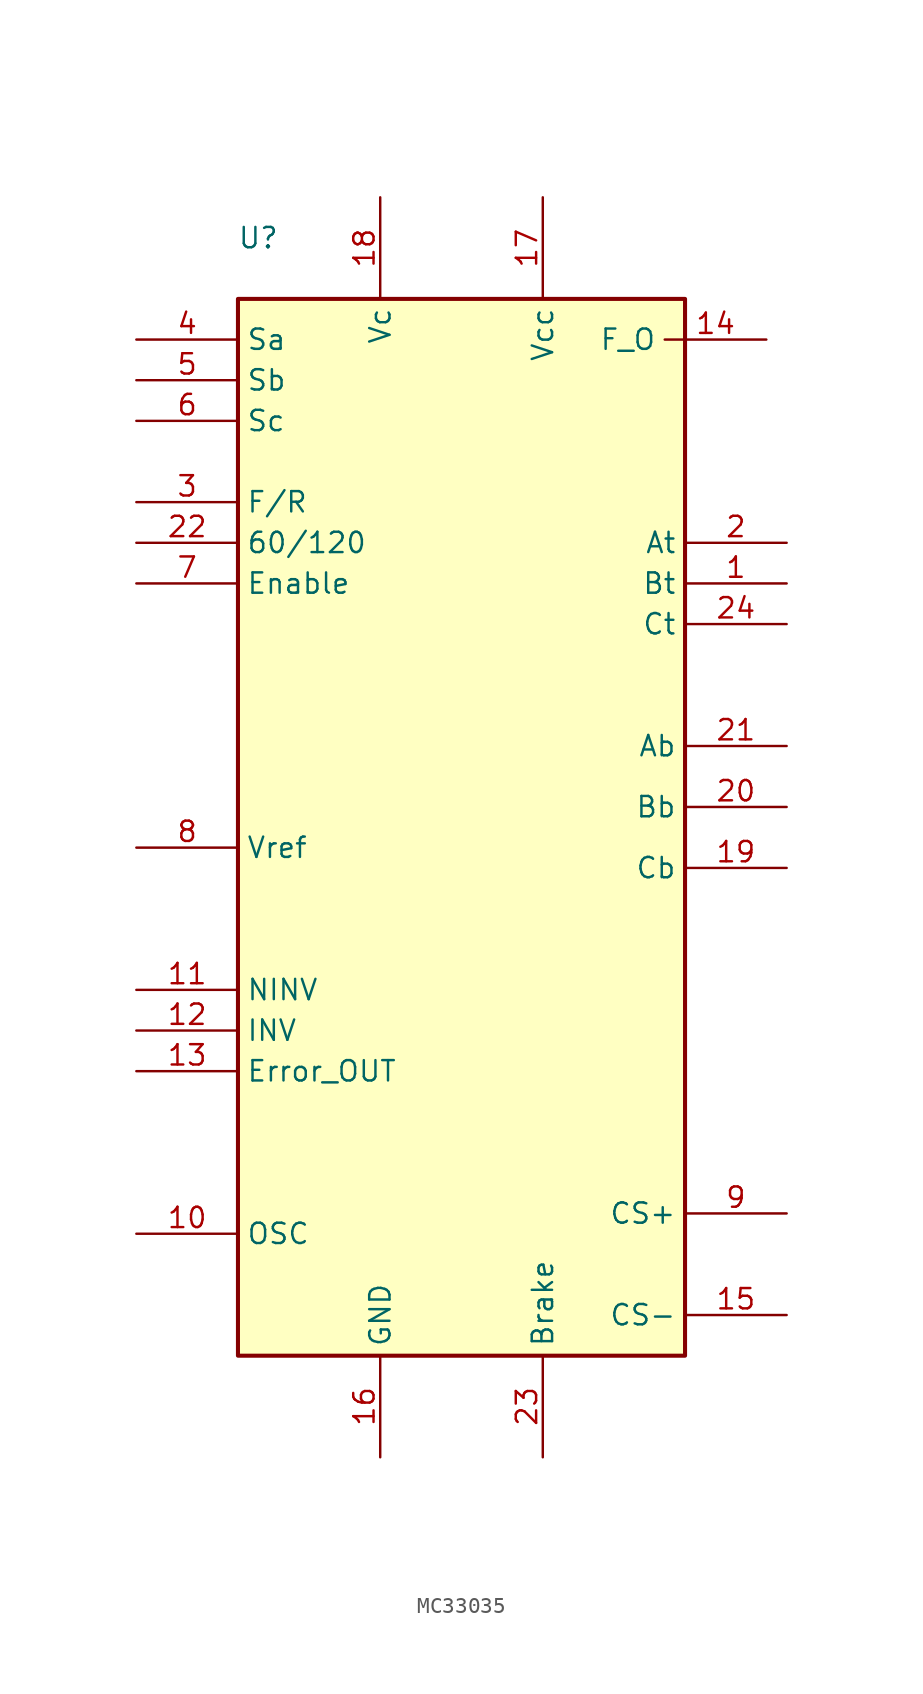
<source format=kicad_sym>
(kicad_symbol_lib
  (version 20220914)
  (generator kicad_symbol_editor)
  (symbol "MC33035"
    (property "Reference" "U"
      (at 49.53 1.27 0)
      (effects (font (size 1.27 1.27))))
    (property "Value" ""
      (at 55.88 -38.1 0)
      (effects (font (size 1.27 1.27))))
    (symbol "MC33035_0_1"
      (rectangle (start 48.26 -2.54) (end 76.2 -68.58) (stroke (width 0.254) (type default)) (fill (type background))))
    (symbol "MC33035_1_1"
      (pin output line (at 82.55 -20.32 180) (length 6.35) (name "Bt" (effects (font (size 1.27 1.27)))) (number "1" (effects (font (size 1.27 1.27)))))
      (pin input line (at 41.91 -60.96 0) (length 6.35) (name "OSC" (effects (font (size 1.27 1.27)))) (number "10" (effects (font (size 1.27 1.27)))))
      (pin input line (at 41.91 -45.72 0) (length 6.35) (name "NINV" (effects (font (size 1.27 1.27)))) (number "11" (effects (font (size 1.27 1.27)))))
      (pin input line (at 41.91 -48.26 0) (length 6.35) (name "INV" (effects (font (size 1.27 1.27)))) (number "12" (effects (font (size 1.27 1.27)))))
      (pin output line (at 41.91 -50.8 0) (length 6.35) (name "Error_OUT" (effects (font (size 1.27 1.27)))) (number "13" (effects (font (size 1.27 1.27)))))
      (pin output line (at 81.28 -5.08 180) (length 6.35) (name "F_O" (effects (font (size 1.27 1.27)))) (number "14" (effects (font (size 1.27 1.27)))))
      (pin input line (at 82.55 -66.04 180) (length 6.35) (name "CS-" (effects (font (size 1.27 1.27)))) (number "15" (effects (font (size 1.27 1.27)))))
      (pin input line (at 57.15 -74.93 90) (length 6.35) (name "GND" (effects (font (size 1.27 1.27)))) (number "16" (effects (font (size 1.27 1.27)))))
      (pin input line (at 67.31 3.81 270) (length 6.35) (name "Vcc" (effects (font (size 1.27 1.27)))) (number "17" (effects (font (size 1.27 1.27)))))
      (pin input line (at 57.15 3.81 270) (length 6.35) (name "Vc" (effects (font (size 1.27 1.27)))) (number "18" (effects (font (size 1.27 1.27)))))
      (pin output line (at 82.55 -38.1 180) (length 6.35) (name "Cb" (effects (font (size 1.27 1.27)))) (number "19" (effects (font (size 1.27 1.27)))))
      (pin output line (at 82.55 -17.78 180) (length 6.35) (name "At" (effects (font (size 1.27 1.27)))) (number "2" (effects (font (size 1.27 1.27)))))
      (pin output line (at 82.55 -34.29 180) (length 6.35) (name "Bb" (effects (font (size 1.27 1.27)))) (number "20" (effects (font (size 1.27 1.27)))))
      (pin output line (at 82.55 -30.48 180) (length 6.35) (name "Ab" (effects (font (size 1.27 1.27)))) (number "21" (effects (font (size 1.27 1.27)))))
      (pin input line (at 41.91 -17.78 0) (length 6.35) (name "60/120" (effects (font (size 1.27 1.27)))) (number "22" (effects (font (size 1.27 1.27)))))
      (pin input line (at 67.31 -74.93 90) (length 6.35) (name "Brake" (effects (font (size 1.27 1.27)))) (number "23" (effects (font (size 1.27 1.27)))))
      (pin output line (at 82.55 -22.86 180) (length 6.35) (name "Ct" (effects (font (size 1.27 1.27)))) (number "24" (effects (font (size 1.27 1.27)))))
      (pin input line (at 41.91 -15.24 0) (length 6.35) (name "F/R" (effects (font (size 1.27 1.27)))) (number "3" (effects (font (size 1.27 1.27)))))
      (pin input line (at 41.91 -5.08 0) (length 6.35) (name "Sa" (effects (font (size 1.27 1.27)))) (number "4" (effects (font (size 1.27 1.27)))))
      (pin input line (at 41.91 -7.62 0) (length 6.35) (name "Sb" (effects (font (size 1.27 1.27)))) (number "5" (effects (font (size 1.27 1.27)))))
      (pin input line (at 41.91 -10.16 0) (length 6.35) (name "Sc" (effects (font (size 1.27 1.27)))) (number "6" (effects (font (size 1.27 1.27)))))
      (pin input line (at 41.91 -20.32 0) (length 6.35) (name "Enable" (effects (font (size 1.27 1.27)))) (number "7" (effects (font (size 1.27 1.27)))))
      (pin output line (at 41.91 -36.83 0) (length 6.35) (name "Vref" (effects (font (size 1.27 1.27)))) (number "8" (effects (font (size 1.27 1.27)))))
      (pin input line (at 82.55 -59.69 180) (length 6.35) (name "CS+" (effects (font (size 1.27 1.27)))) (number "9" (effects (font (size 1.27 1.27))))))))
</source>
